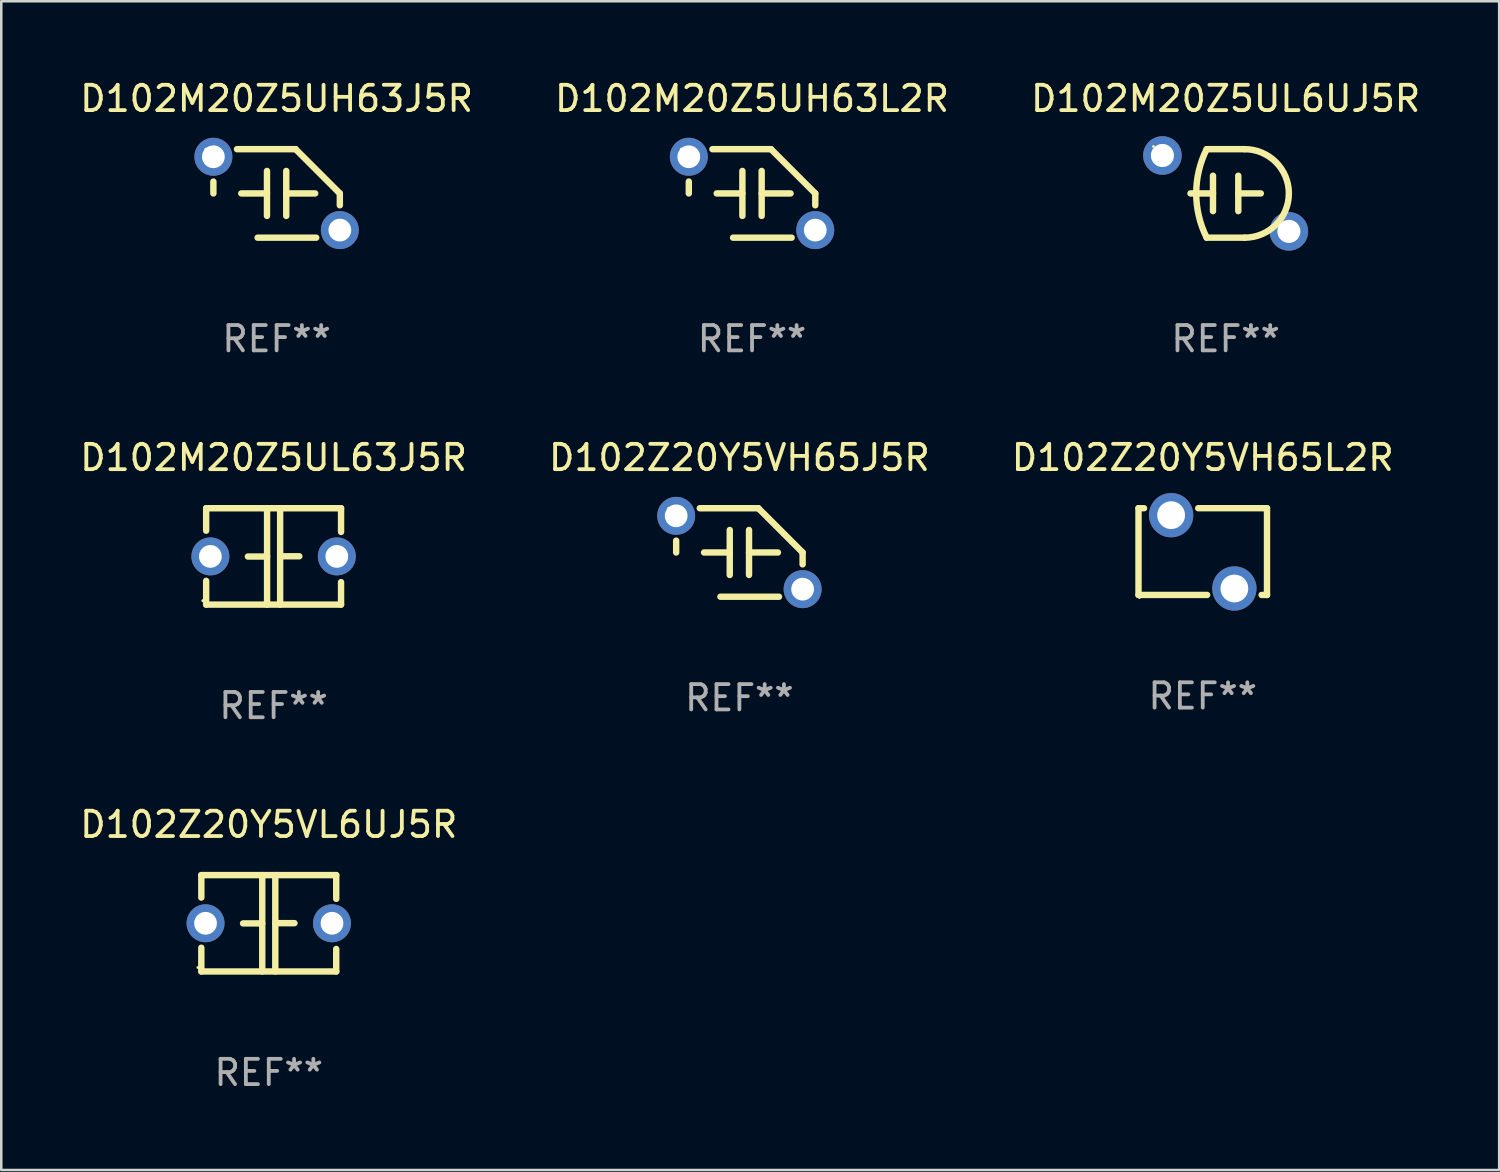
<source format=kicad_pcb>
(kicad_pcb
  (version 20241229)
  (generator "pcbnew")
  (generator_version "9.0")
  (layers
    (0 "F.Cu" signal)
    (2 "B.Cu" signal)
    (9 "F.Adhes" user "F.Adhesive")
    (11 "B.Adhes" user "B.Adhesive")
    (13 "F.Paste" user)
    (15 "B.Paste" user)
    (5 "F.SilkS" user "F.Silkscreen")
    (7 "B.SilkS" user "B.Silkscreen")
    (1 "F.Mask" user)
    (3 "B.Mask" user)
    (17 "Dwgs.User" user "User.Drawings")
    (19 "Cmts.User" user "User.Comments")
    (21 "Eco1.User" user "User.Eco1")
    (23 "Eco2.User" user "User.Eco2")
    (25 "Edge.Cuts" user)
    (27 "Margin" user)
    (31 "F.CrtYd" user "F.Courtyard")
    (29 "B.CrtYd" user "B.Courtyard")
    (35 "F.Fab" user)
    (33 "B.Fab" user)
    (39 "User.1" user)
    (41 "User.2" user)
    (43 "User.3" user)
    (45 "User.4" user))
  (footprint "D102M20Z5UH63L2R"
    (layer "F.Cu")
    (at 26.685 4.598)
    (property "Reference" "D102M20Z5UH63L2R" (at 0 -3.75 0) (layer "F.SilkS") (effects (font (size 1 1) (thickness 0.15))))
    (attr through_hole)
    (fp_line (start -2.5 0) (end -2.5 -0.469) (stroke (width 0.254) (type solid)) (layer "F.SilkS"))
    (fp_line (start -1.397 0) (end -0.381 0) (stroke (width 0.254) (type solid)) (layer "F.SilkS"))
    (fp_line (start -0.75 1.75) (end 1.566 1.75) (stroke (width 0.254) (type solid)) (layer "F.SilkS"))
    (fp_line (start -0.381 -0.889) (end -0.381 0.889) (stroke (width 0.254) (type solid)) (layer "F.SilkS"))
    (fp_line (start 0.381 -0.889) (end 0.381 0.889) (stroke (width 0.254) (type solid)) (layer "F.SilkS"))
    (fp_line (start 0.75 -1.75) (end -1.566 -1.75) (stroke (width 0.254) (type solid)) (layer "F.SilkS"))
    (fp_line (start 1.524 0) (end 0.381 0) (stroke (width 0.254) (type solid)) (layer "F.SilkS"))
    (fp_line (start 2.5 0) (end 2.5 0.469) (stroke (width 0.254) (type solid)) (layer "F.SilkS"))
    (fp_arc (start -2.499962 0) (mid 2.499984 -0.000022) (end -2.499962 0) (stroke (width 0.254001) (type solid)) (layer "F.SilkS"))
    (fp_arc (start 2.500013 0) (mid 1.623463 -0.873464) (end 0.749999 -1.750014) (stroke (width 0.254001) (type solid)) (layer "F.SilkS"))
    (fp_circle (center -2.8 -1.75) (end -2.77 -1.75) (stroke (width 0.06) (type solid)) (fill no) (layer "F.SilkS"))
    (fp_text user "REF**" (at 0 5.75 0) (layer "F.Fab") (effects (font (size 1 1) (thickness 0.15))))
    (pad "1" thru_hole circle (at -2.5 -1.45) (size 1.5 1.5) (drill 0.9) (layers "*.Cu" "*.Mask"))
    (pad "2" thru_hole circle (at 2.5 1.45) (size 1.5 1.5) (drill 0.9) (layers "*.Cu" "*.Mask")))
  (footprint "D102Z20Y5VH65J5R"
    (layer "F.Cu")
    (at 26.185 18.795)
    (property "Reference" "D102Z20Y5VH65J5R" (at 0 -3.75 0) (layer "F.SilkS") (effects (font (size 1 1) (thickness 0.15))))
    (attr through_hole)
    (fp_line (start -2.5 0) (end -2.5 -0.469) (stroke (width 0.254) (type solid)) (layer "F.SilkS"))
    (fp_line (start -1.397 0) (end -0.381 0) (stroke (width 0.254) (type solid)) (layer "F.SilkS"))
    (fp_line (start -0.75 1.75) (end 1.566 1.75) (stroke (width 0.254) (type solid)) (layer "F.SilkS"))
    (fp_line (start -0.381 -0.889) (end -0.381 0.889) (stroke (width 0.254) (type solid)) (layer "F.SilkS"))
    (fp_line (start 0.381 -0.889) (end 0.381 0.889) (stroke (width 0.254) (type solid)) (layer "F.SilkS"))
    (fp_line (start 0.75 -1.75) (end -1.566 -1.75) (stroke (width 0.254) (type solid)) (layer "F.SilkS"))
    (fp_line (start 1.524 0) (end 0.381 0) (stroke (width 0.254) (type solid)) (layer "F.SilkS"))
    (fp_line (start 2.5 0) (end 2.5 0.469) (stroke (width 0.254) (type solid)) (layer "F.SilkS"))
    (fp_arc (start -2.499962 0) (mid 2.499984 -0.000022) (end -2.499962 0) (stroke (width 0.254001) (type solid)) (layer "F.SilkS"))
    (fp_arc (start 2.500013 0) (mid 1.623463 -0.873464) (end 0.749999 -1.750014) (stroke (width 0.254001) (type solid)) (layer "F.SilkS"))
    (fp_circle (center -2.8 -1.75) (end -2.77 -1.75) (stroke (width 0.06) (type solid)) (fill no) (layer "F.SilkS"))
    (fp_text user "REF**" (at 0 5.75 0) (layer "F.Fab") (effects (font (size 1 1) (thickness 0.15))))
    (pad "1" thru_hole circle (at -2.5 -1.45) (size 1.5 1.5) (drill 0.9) (layers "*.Cu" "*.Mask"))
    (pad "2" thru_hole circle (at 2.5 1.45) (size 1.5 1.5) (drill 0.9) (layers "*.Cu" "*.Mask")))
  (footprint "D102Z20Y5VL6UJ5R"
    (layer "F.Cu")
    (at 7.577 33.456)
    (property "Reference" "D102Z20Y5VL6UJ5R" (at 0 -3.905 0) (layer "F.SilkS") (effects (font (size 1 1) (thickness 0.15))))
    (attr through_hole)
    (fp_line (start -2.667 -1.905) (end -2.667 -1.016) (stroke (width 0.254) (type solid)) (layer "F.SilkS"))
    (fp_line (start -2.667 0.967) (end -2.667 1.905) (stroke (width 0.254) (type solid)) (layer "F.SilkS"))
    (fp_line (start -2.667 1.905) (end 2.667 1.905) (stroke (width 0.254) (type solid)) (layer "F.SilkS"))
    (fp_line (start -0.258 0.005) (end -1.016 0.005) (stroke (width 0.254) (type solid)) (layer "F.SilkS"))
    (fp_line (start -0.258 1.905) (end -0.258 -1.905) (stroke (width 0.254) (type solid)) (layer "F.SilkS"))
    (fp_line (start 0.258 -1.905) (end 0.258 1.905) (stroke (width 0.254) (type solid)) (layer "F.SilkS"))
    (fp_line (start 0.258 -0.005) (end 1.016 -0.005) (stroke (width 0.254) (type solid)) (layer "F.SilkS"))
    (fp_line (start 2.667 -1.905) (end -2.667 -1.905) (stroke (width 0.254) (type solid)) (layer "F.SilkS"))
    (fp_line (start 2.667 -0.967) (end 2.667 -1.905) (stroke (width 0.254) (type solid)) (layer "F.SilkS"))
    (fp_line (start 2.667 1.905) (end 2.667 1.016) (stroke (width 0.254) (type solid)) (layer "F.SilkS"))
    (fp_circle (center -2.8 1.75) (end -2.77 1.75) (stroke (width 0.06) (type solid)) (fill no) (layer "F.SilkS"))
    (fp_text user "REF**" (at 0 5.905 0) (layer "F.Fab") (effects (font (size 1 1) (thickness 0.15))))
    (pad "1" thru_hole circle (at -2.5 0) (size 1.5 1.5) (drill 0.9) (layers "*.Cu" "*.Mask"))
    (pad "2" thru_hole circle (at 2.5 0) (size 1.5 1.5) (drill 0.9) (layers "*.Cu" "*.Mask")))
  (footprint "D102Z20Y5VH65L2R"
    (layer "F.Cu")
    (at 44.506 18.759)
    (property "Reference" "D102Z20Y5VH65L2R" (at 0 -3.715 0) (layer "F.SilkS") (effects (font (size 1 1) (thickness 0.15))))
    (attr through_hole)
    (fp_line (start -2.54 -1.715) (end -2.321 -1.715) (stroke (width 0.254) (type solid)) (layer "F.SilkS"))
    (fp_line (start -2.54 1.715) (end -2.54 -1.715) (stroke (width 0.254) (type solid)) (layer "F.SilkS"))
    (fp_line (start -0.179 -1.715) (end 2.54 -1.715) (stroke (width 0.254) (type solid)) (layer "F.SilkS"))
    (fp_line (start 0.173 1.715) (end -2.54 1.715) (stroke (width 0.254) (type solid)) (layer "F.SilkS"))
    (fp_line (start 2.54 -1.715) (end 2.54 1.715) (stroke (width 0.254) (type solid)) (layer "F.SilkS"))
    (fp_line (start 2.54 1.715) (end 2.327 1.715) (stroke (width 0.254) (type solid)) (layer "F.SilkS"))
    (fp_circle (center -2.5 1.814) (end -2.47 1.814) (stroke (width 0.06) (type solid)) (fill no) (layer "F.SilkS"))
    (fp_text user "REF**" (at 0 5.715 0) (layer "F.Fab") (effects (font (size 1 1) (thickness 0.15))))
    (pad "1" thru_hole circle (at -1.25 -1.44) (size 1.75 1.75) (drill 1.1) (layers "*.Cu" "*.Mask"))
    (pad "2" thru_hole circle (at 1.25 1.46) (size 1.75 1.75) (drill 1.1) (layers "*.Cu" "*.Mask")))
  (footprint "D102M20Z5UL63J5R"
    (layer "F.Cu")
    (at 7.768 18.95)
    (property "Reference" "D102M20Z5UL63J5R" (at 0 -3.905 0) (layer "F.SilkS") (effects (font (size 1 1) (thickness 0.15))))
    (attr through_hole)
    (fp_line (start -2.667 -1.905) (end -2.667 -1.016) (stroke (width 0.254) (type solid)) (layer "F.SilkS"))
    (fp_line (start -2.667 0.967) (end -2.667 1.905) (stroke (width 0.254) (type solid)) (layer "F.SilkS"))
    (fp_line (start -2.667 1.905) (end 2.667 1.905) (stroke (width 0.254) (type solid)) (layer "F.SilkS"))
    (fp_line (start -0.258 0.005) (end -1.016 0.005) (stroke (width 0.254) (type solid)) (layer "F.SilkS"))
    (fp_line (start -0.258 1.905) (end -0.258 -1.905) (stroke (width 0.254) (type solid)) (layer "F.SilkS"))
    (fp_line (start 0.258 -1.905) (end 0.258 1.905) (stroke (width 0.254) (type solid)) (layer "F.SilkS"))
    (fp_line (start 0.258 -0.005) (end 1.016 -0.005) (stroke (width 0.254) (type solid)) (layer "F.SilkS"))
    (fp_line (start 2.667 -1.905) (end -2.667 -1.905) (stroke (width 0.254) (type solid)) (layer "F.SilkS"))
    (fp_line (start 2.667 -0.967) (end 2.667 -1.905) (stroke (width 0.254) (type solid)) (layer "F.SilkS"))
    (fp_line (start 2.667 1.905) (end 2.667 1.016) (stroke (width 0.254) (type solid)) (layer "F.SilkS"))
    (fp_circle (center -2.8 1.75) (end -2.77 1.75) (stroke (width 0.06) (type solid)) (fill no) (layer "F.SilkS"))
    (fp_text user "REF**" (at 0 5.905 0) (layer "F.Fab") (effects (font (size 1 1) (thickness 0.15))))
    (pad "1" thru_hole circle (at -2.5 0) (size 1.5 1.5) (drill 0.9) (layers "*.Cu" "*.Mask"))
    (pad "2" thru_hole circle (at 2.5 0) (size 1.5 1.5) (drill 0.9) (layers "*.Cu" "*.Mask")))
  (footprint "D102M20Z5UL6UJ5R"
    (layer "F.Cu")
    (at 45.411 4.598)
    (property "Reference" "D102M20Z5UL6UJ5R" (at 0 -3.75 0) (layer "F.SilkS") (effects (font (size 1 1) (thickness 0.15))))
    (attr through_hole)
    (fp_line (start -0.75 -1.75) (end 0.75 -1.75) (stroke (width 0.254) (type solid)) (layer "F.SilkS"))
    (fp_line (start -0.5 -0.7) (end -0.5 0.7) (stroke (width 0.254) (type solid)) (layer "F.SilkS"))
    (fp_line (start -0.5 0.000305) (end -1.39 0.000305) (stroke (width 0.254) (type solid)) (layer "F.SilkS"))
    (fp_line (start 0.5 -0.000356) (end 1.39 -0.000356) (stroke (width 0.254) (type solid)) (layer "F.SilkS"))
    (fp_line (start 0.5 0.7) (end 0.5 -0.7) (stroke (width 0.254) (type solid)) (layer "F.SilkS"))
    (fp_line (start 0.75 1.75) (end -0.75 1.75) (stroke (width 0.254) (type solid)) (layer "F.SilkS"))
    (fp_arc (start -0.749429 1.750063) (mid -1.1628 0.000109) (end -0.75014 -1.750013) (stroke (width 0.254001) (type solid)) (layer "F.SilkS"))
    (fp_arc (start 0.749173 -1.750063) (mid 2.499212 -0.000381) (end 0.749886 1.750013) (stroke (width 0.254001) (type solid)) (layer "F.SilkS"))
    (fp_circle (center -2.855 -1.855) (end -2.825 -1.855) (stroke (width 0.06) (type solid)) (fill no) (layer "F.SilkS"))
    (fp_text user "REF**" (at 0 5.75 0) (layer "F.Fab") (effects (font (size 1 1) (thickness 0.15))))
    (pad "1" thru_hole circle (at -2.5 -1.5) (size 1.524 1.524) (drill 0.914) (layers "*.Cu" "*.Mask"))
    (pad "2" thru_hole circle (at 2.5 1.5) (size 1.524 1.524) (drill 0.914) (layers "*.Cu" "*.Mask")))
  (footprint "D102M20Z5UH63J5R"
    (layer "F.Cu")
    (at 7.887 4.598)
    (property "Reference" "D102M20Z5UH63J5R" (at 0 -3.75 0) (layer "F.SilkS") (effects (font (size 1 1) (thickness 0.15))))
    (attr through_hole)
    (fp_line (start -2.5 0) (end -2.5 -0.469) (stroke (width 0.254) (type solid)) (layer "F.SilkS"))
    (fp_line (start -1.397 0) (end -0.381 0) (stroke (width 0.254) (type solid)) (layer "F.SilkS"))
    (fp_line (start -0.75 1.75) (end 1.566 1.75) (stroke (width 0.254) (type solid)) (layer "F.SilkS"))
    (fp_line (start -0.381 -0.889) (end -0.381 0.889) (stroke (width 0.254) (type solid)) (layer "F.SilkS"))
    (fp_line (start 0.381 -0.889) (end 0.381 0.889) (stroke (width 0.254) (type solid)) (layer "F.SilkS"))
    (fp_line (start 0.75 -1.75) (end -1.566 -1.75) (stroke (width 0.254) (type solid)) (layer "F.SilkS"))
    (fp_line (start 1.524 0) (end 0.381 0) (stroke (width 0.254) (type solid)) (layer "F.SilkS"))
    (fp_line (start 2.5 0) (end 2.5 0.469) (stroke (width 0.254) (type solid)) (layer "F.SilkS"))
    (fp_arc (start -2.499962 0) (mid 2.499984 -0.000022) (end -2.499962 0) (stroke (width 0.254001) (type solid)) (layer "F.SilkS"))
    (fp_arc (start 2.500013 0) (mid 1.623463 -0.873464) (end 0.749999 -1.750014) (stroke (width 0.254001) (type solid)) (layer "F.SilkS"))
    (fp_circle (center -2.8 -1.75) (end -2.77 -1.75) (stroke (width 0.06) (type solid)) (fill no) (layer "F.SilkS"))
    (fp_text user "REF**" (at 0 5.75 0) (layer "F.Fab") (effects (font (size 1 1) (thickness 0.15))))
    (pad "1" thru_hole circle (at -2.5 -1.45) (size 1.5 1.5) (drill 0.9) (layers "*.Cu" "*.Mask"))
    (pad "2" thru_hole circle (at 2.5 1.45) (size 1.5 1.5) (drill 0.9) (layers "*.Cu" "*.Mask")))
  (gr_rect
    (start -3 -3)
    (end 56.226 43.21)
    (stroke (width 0.1) (type default))
    (fill no)
    (layer "Edge.Cuts")))
</source>
